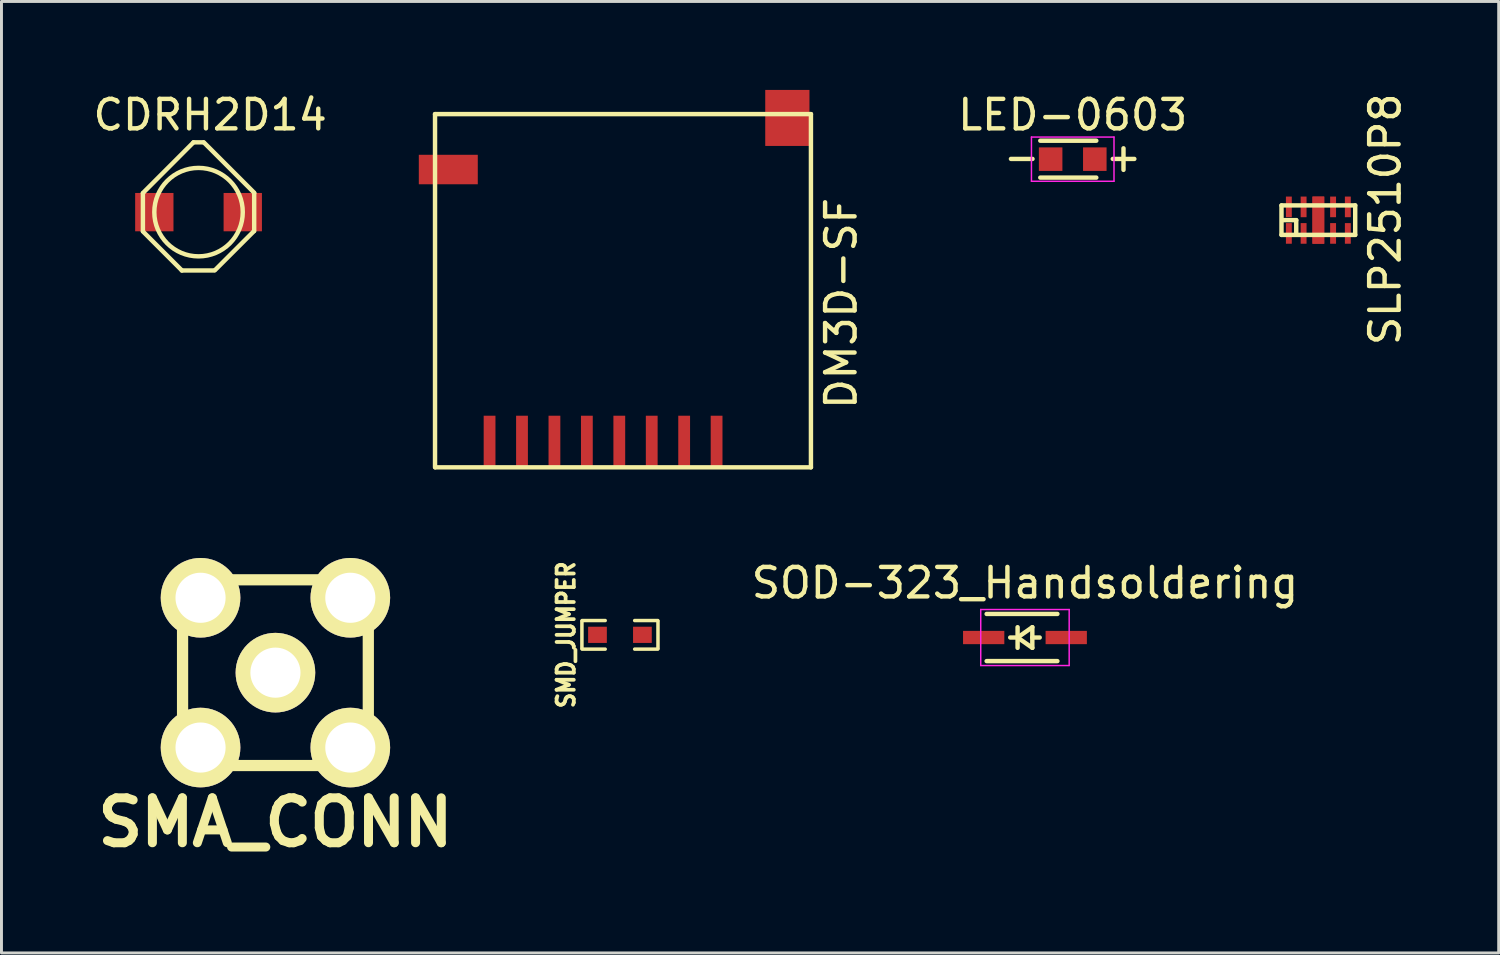
<source format=kicad_pcb>
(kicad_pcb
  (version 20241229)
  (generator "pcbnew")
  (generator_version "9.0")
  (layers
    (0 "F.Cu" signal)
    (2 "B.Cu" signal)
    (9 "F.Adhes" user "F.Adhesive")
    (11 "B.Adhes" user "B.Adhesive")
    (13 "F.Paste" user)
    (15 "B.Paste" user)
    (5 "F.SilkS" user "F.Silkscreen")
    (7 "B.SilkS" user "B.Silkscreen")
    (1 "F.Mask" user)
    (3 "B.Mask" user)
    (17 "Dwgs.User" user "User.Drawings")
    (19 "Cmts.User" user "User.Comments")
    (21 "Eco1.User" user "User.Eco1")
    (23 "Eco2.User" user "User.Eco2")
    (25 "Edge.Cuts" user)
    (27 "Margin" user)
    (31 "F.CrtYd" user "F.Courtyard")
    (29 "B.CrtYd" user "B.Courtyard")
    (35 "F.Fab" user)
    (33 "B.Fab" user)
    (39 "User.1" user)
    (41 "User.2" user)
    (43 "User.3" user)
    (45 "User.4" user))
  (footprint "LED-0603"
    (layer "F.Cu")
    (at 33.334 2.348)
    (property "Reference" "LED-0603" (at 0 -1.5 0) (layer "F.SilkS") (effects (font (size 1 1) (thickness 0.15))))
    (attr smd)
    (fp_line (start -2.095 -0.008) (end -1.364 -0.008) (stroke (width 0.15) (type solid)) (layer "F.SilkS"))
    (fp_line (start -1.1 -0.626) (end 0.8 -0.626) (stroke (width 0.15) (type solid)) (layer "F.SilkS"))
    (fp_line (start -1.1 0.626) (end 0.8 0.626) (stroke (width 0.15) (type solid)) (layer "F.SilkS"))
    (fp_line (start 1.359 -0.008) (end 2.09 -0.008) (stroke (width 0.15) (type solid)) (layer "F.SilkS"))
    (fp_line (start 1.722 0.363) (end 1.722 -0.368) (stroke (width 0.15) (type solid)) (layer "F.SilkS"))
    (fp_line (start -1.4 -0.75) (end 1.4 -0.75) (stroke (width 0.05) (type solid)) (layer "F.CrtYd"))
    (fp_line (start -1.4 0.75) (end -1.4 -0.75) (stroke (width 0.05) (type solid)) (layer "F.CrtYd"))
    (fp_line (start 1.4 -0.75) (end 1.4 0.75) (stroke (width 0.05) (type solid)) (layer "F.CrtYd"))
    (fp_line (start 1.4 0.75) (end -1.4 0.75) (stroke (width 0.05) (type solid)) (layer "F.CrtYd"))
    (pad "1" smd rect (at -0.749 0 180) (size 0.798 0.798) (layers "F.Cu" "F.Mask" "F.Paste"))
    (pad "2" smd rect (at 0.749 0 180) (size 0.798 0.798) (layers "F.Cu" "F.Mask" "F.Paste")))
  (footprint "CDRH2D14"
    (layer "F.Cu")
    (at 3.684 4.145)
    (property "Reference" "CDRH2D14" (at 0.394 -3.297 0) (layer "F.SilkS") (effects (font (size 1 1) (thickness 0.15))))
    (attr through_hole)
    (fp_line (start -1.887 -0.64) (end -1.887 0.64) (stroke (width 0.15) (type solid)) (layer "F.SilkS"))
    (fp_line (start -1.887 0.655) (end -0.564 1.979) (stroke (width 0.15) (type solid)) (layer "F.SilkS"))
    (fp_line (start -0.566 1.979) (end 0.533 1.979) (stroke (width 0.15) (type solid)) (layer "F.SilkS"))
    (fp_line (start -0.173 -2.365) (end -1.887 -0.648) (stroke (width 0.15) (type solid)) (layer "F.SilkS"))
    (fp_line (start 0.163 -2.367) (end -0.173 -2.367) (stroke (width 0.15) (type solid)) (layer "F.SilkS"))
    (fp_line (start 0.559 1.966) (end 1.88 0.645) (stroke (width 0.15) (type solid)) (layer "F.SilkS"))
    (fp_line (start 1.887 0.64) (end 1.887 -0.64) (stroke (width 0.15) (type solid)) (layer "F.SilkS"))
    (fp_line (start 1.89 -0.655) (end 0.18 -2.365) (stroke (width 0.15) (type solid)) (layer "F.SilkS"))
    (fp_circle (center 0 0) (end 1.5 0) (stroke (width 0.15) (type solid)) (fill no) (layer "F.SilkS"))
    (pad "1" smd rect (at -1.5 0) (size 1.3 1.3) (layers "F.Cu" "F.Mask" "F.Paste"))
    (pad "2" smd rect (at 1.5 0) (size 1.3 1.3) (layers "F.Cu" "F.Mask" "F.Paste")))
  (footprint "SOD-323_Handsoldering"
    (layer "F.Cu")
    (at 31.714 18.573)
    (property "Reference" "SOD-323_Handsoldering" (at 0 -1.85 0) (layer "F.SilkS") (effects (font (size 1 1) (thickness 0.15))))
    (attr smd)
    (fp_line (start -1.3 -0.8) (end 1.1 -0.8) (stroke (width 0.15) (type solid)) (layer "F.SilkS"))
    (fp_line (start -1.3 0.8) (end 1.1 0.8) (stroke (width 0.15) (type solid)) (layer "F.SilkS"))
    (fp_line (start -0.25 -0.35) (end -0.25 0.35) (stroke (width 0.15) (type solid)) (layer "F.SilkS"))
    (fp_line (start -0.25 0) (end -0.5 0) (stroke (width 0.15) (type solid)) (layer "F.SilkS"))
    (fp_line (start -0.25 0) (end 0.25 -0.35) (stroke (width 0.15) (type solid)) (layer "F.SilkS"))
    (fp_line (start 0.25 -0.35) (end 0.25 0.35) (stroke (width 0.15) (type solid)) (layer "F.SilkS"))
    (fp_line (start 0.25 0) (end 0.5 0) (stroke (width 0.15) (type solid)) (layer "F.SilkS"))
    (fp_line (start 0.25 0.35) (end -0.25 0) (stroke (width 0.15) (type solid)) (layer "F.SilkS"))
    (fp_line (start -1.5 -0.95) (end -1.5 0.95) (stroke (width 0.05) (type solid)) (layer "F.CrtYd"))
    (fp_line (start -1.5 -0.95) (end 1.5 -0.95) (stroke (width 0.05) (type solid)) (layer "F.CrtYd"))
    (fp_line (start -1.5 0.95) (end 1.5 0.95) (stroke (width 0.05) (type solid)) (layer "F.CrtYd"))
    (fp_line (start 1.5 -0.95) (end 1.5 0.95) (stroke (width 0.05) (type solid)) (layer "F.CrtYd"))
    (pad "1" smd rect (at -1.4 0) (size 1.4 0.45) (layers "F.Cu" "F.Mask" "F.Paste"))
    (pad "2" smd rect (at 1.4 0) (size 1.4 0.45) (layers "F.Cu" "F.Mask" "F.Paste")))
  (footprint "SLP2510P8"
    (layer "F.Cu")
    (at 41.665 4.417)
    (property "Reference" "SLP2510P8" (at 2.268 -0.03 90) (layer "F.SilkS") (effects (font (size 1 1) (thickness 0.15))))
    (attr through_hole)
    (fp_line (start -1.25 -0.5) (end 1.25 -0.5) (stroke (width 0.15) (type solid)) (layer "F.SilkS"))
    (fp_line (start -1.25 0.5) (end -1.25 -0.5) (stroke (width 0.15) (type solid)) (layer "F.SilkS"))
    (fp_line (start -1.191 0) (end -0.75 0) (stroke (width 0.15) (type solid)) (layer "F.SilkS"))
    (fp_line (start -0.75 0) (end -0.75 0.457) (stroke (width 0.15) (type solid)) (layer "F.SilkS"))
    (fp_line (start 1.25 -0.5) (end 1.25 0.5) (stroke (width 0.15) (type solid)) (layer "F.SilkS"))
    (fp_line (start 1.25 0.5) (end -1.25 0.5) (stroke (width 0.15) (type solid)) (layer "F.SilkS"))
    (pad "1" smd rect (at -1 0.45) (size 0.2 0.7) (layers "F.Cu" "F.Mask" "F.Paste"))
    (pad "2" smd rect (at -0.5 0.45) (size 0.2 0.7) (layers "F.Cu" "F.Mask" "F.Paste"))
    (pad "3" smd rect (at 0 0) (size 0.4 1.6) (layers "F.Cu" "F.Mask" "F.Paste"))
    (pad "4" smd rect (at 0.5 0.45) (size 0.2 0.7) (layers "F.Cu" "F.Mask" "F.Paste"))
    (pad "5" smd rect (at 1 0.45) (size 0.2 0.7) (layers "F.Cu" "F.Mask" "F.Paste"))
    (pad "6" smd rect (at 1 -0.45) (size 0.2 0.7) (layers "F.Cu" "F.Mask" "F.Paste"))
    (pad "7" smd rect (at 0.5 -0.45) (size 0.2 0.7) (layers "F.Cu" "F.Mask" "F.Paste"))
    (pad "8" smd rect (at 0 0) (size 0.4 1.6) (layers "F.Cu" "F.Mask" "F.Paste"))
    (pad "9" smd rect (at -0.5 -0.45) (size 0.2 0.7) (layers "F.Cu" "F.Mask" "F.Paste"))
    (pad "10" smd rect (at -1 -0.45) (size 0.2 0.7) (layers "F.Cu" "F.Mask" "F.Paste")))
  (footprint "DM3D-SF"
    (layer "F.Cu")
    (at 13.555 11.05)
    (property "Reference" "DM3D-SF" (at 11.925 -3.81 90) (layer "F.SilkS") (effects (font (size 1 1) (thickness 0.15))))
    (attr through_hole)
    (fp_line (start -1.85 -10.23) (end 10.9 -10.23) (stroke (width 0.15) (type solid)) (layer "F.SilkS"))
    (fp_line (start -1.85 1.75) (end -1.85 -10.23) (stroke (width 0.15) (type solid)) (layer "F.SilkS"))
    (fp_line (start 10.9 -10.23) (end 10.9 1.75) (stroke (width 0.15) (type solid)) (layer "F.SilkS"))
    (fp_line (start 10.9 1.75) (end -1.84 1.75) (stroke (width 0.15) (type solid)) (layer "F.SilkS"))
    (pad "1" smd rect (at 7.7 0.875) (size 0.4 1.75) (layers "F.Cu" "F.Mask" "F.Paste"))
    (pad "2" smd rect (at 6.6 0.875) (size 0.4 1.75) (layers "F.Cu" "F.Mask" "F.Paste"))
    (pad "3" smd rect (at 5.5 0.875) (size 0.4 1.75) (layers "F.Cu" "F.Mask" "F.Paste"))
    (pad "4" smd rect (at 4.4 0.875) (size 0.4 1.75) (layers "F.Cu" "F.Mask" "F.Paste"))
    (pad "5" smd rect (at 3.3 0.875) (size 0.4 1.75) (layers "F.Cu" "F.Mask" "F.Paste"))
    (pad "6" smd rect (at -1.4 -8.35) (size 2 1) (layers "F.Cu" "F.Mask" "F.Paste"))
    (pad "6" smd rect (at 2.2 0.875) (size 0.4 1.75) (layers "F.Cu" "F.Mask" "F.Paste"))
    (pad "6" smd rect (at 10.1 -10.1) (size 1.5 1.9) (layers "F.Cu" "F.Mask" "F.Paste"))
    (pad "7" smd rect (at 1.1 0.875) (size 0.4 1.75) (layers "F.Cu" "F.Mask" "F.Paste"))
    (pad "8" smd rect (at 0 0.875) (size 0.4 1.75) (layers "F.Cu" "F.Mask" "F.Paste")))
  (footprint "SMD_JUMPER"
    (layer "F.Cu")
    (at 17.977 18.482)
    (property "Reference" "SMD_JUMPER" (at -1.829 0 90) (layer "F.SilkS") (effects (font (size 0.584 0.508) (thickness 0.127))))
    (attr smd)
    (fp_line (start -1.29 0.462) (end -1.29 -0.462) (stroke (width 0.119) (type solid)) (layer "F.SilkS"))
    (fp_line (start -1.283 -0.485) (end -0.5 -0.485) (stroke (width 0.119) (type solid)) (layer "F.SilkS"))
    (fp_line (start -0.5 0.485) (end -1.283 0.485) (stroke (width 0.119) (type solid)) (layer "F.SilkS"))
    (fp_line (start 0.5 -0.485) (end 1.283 -0.485) (stroke (width 0.119) (type solid)) (layer "F.SilkS"))
    (fp_line (start 0.5 0.485) (end 1.283 0.485) (stroke (width 0.119) (type solid)) (layer "F.SilkS"))
    (fp_line (start 1.29 -0.462) (end 1.29 0.462) (stroke (width 0.119) (type solid)) (layer "F.SilkS"))
    (pad "1" smd rect (at -0.762 0) (size 0.635 0.55) (layers "F.Cu" "F.Mask"))
    (pad "1" smd rect (at 0.762 0) (size 0.635 0.55) (layers "F.Cu" "F.Mask")))
  (footprint "SMA_CONN"
    (layer "F.Cu")
    (at 6.292 19.765)
    (property "Reference" "SMA_CONN" (at 0 5.08 0) (layer "F.SilkS") (effects (font (size 1.524 1.524) (thickness 0.305))))
    (attr through_hole)
    (fp_line (start -3.15 -3.15) (end 3.15 -3.15) (stroke (width 0.381) (type solid)) (layer "F.SilkS"))
    (fp_line (start -3.15 3.15) (end -3.15 -3.15) (stroke (width 0.381) (type solid)) (layer "F.SilkS"))
    (fp_line (start 3.15 -3.15) (end 3.15 3.15) (stroke (width 0.381) (type solid)) (layer "F.SilkS"))
    (fp_line (start 3.15 3.15) (end -3.15 3.15) (stroke (width 0.381) (type solid)) (layer "F.SilkS"))
    (pad "1" thru_hole circle (at 0 0) (size 2.7 2.7) (drill 1.7) (layers "*.Cu" "*.Mask" "F.SilkS"))
    (pad "2" thru_hole circle (at -2.54 -2.54) (size 2.7 2.7) (drill 1.7) (layers "*.Cu" "*.Mask" "F.SilkS"))
    (pad "2" thru_hole circle (at -2.54 2.54) (size 2.7 2.7) (drill 1.7) (layers "*.Cu" "*.Mask" "F.SilkS"))
    (pad "2" thru_hole circle (at 2.54 -2.54) (size 2.7 2.7) (drill 1.7) (layers "*.Cu" "*.Mask" "F.SilkS"))
    (pad "2" thru_hole circle (at 2.54 2.54) (size 2.7 2.7) (drill 1.7) (layers "*.Cu" "*.Mask" "F.SilkS")))
  (gr_rect
    (start -3 -3)
    (end 47.782 29.271)
    (stroke (width 0.1) (type default))
    (fill no)
    (layer "Edge.Cuts")))
</source>
